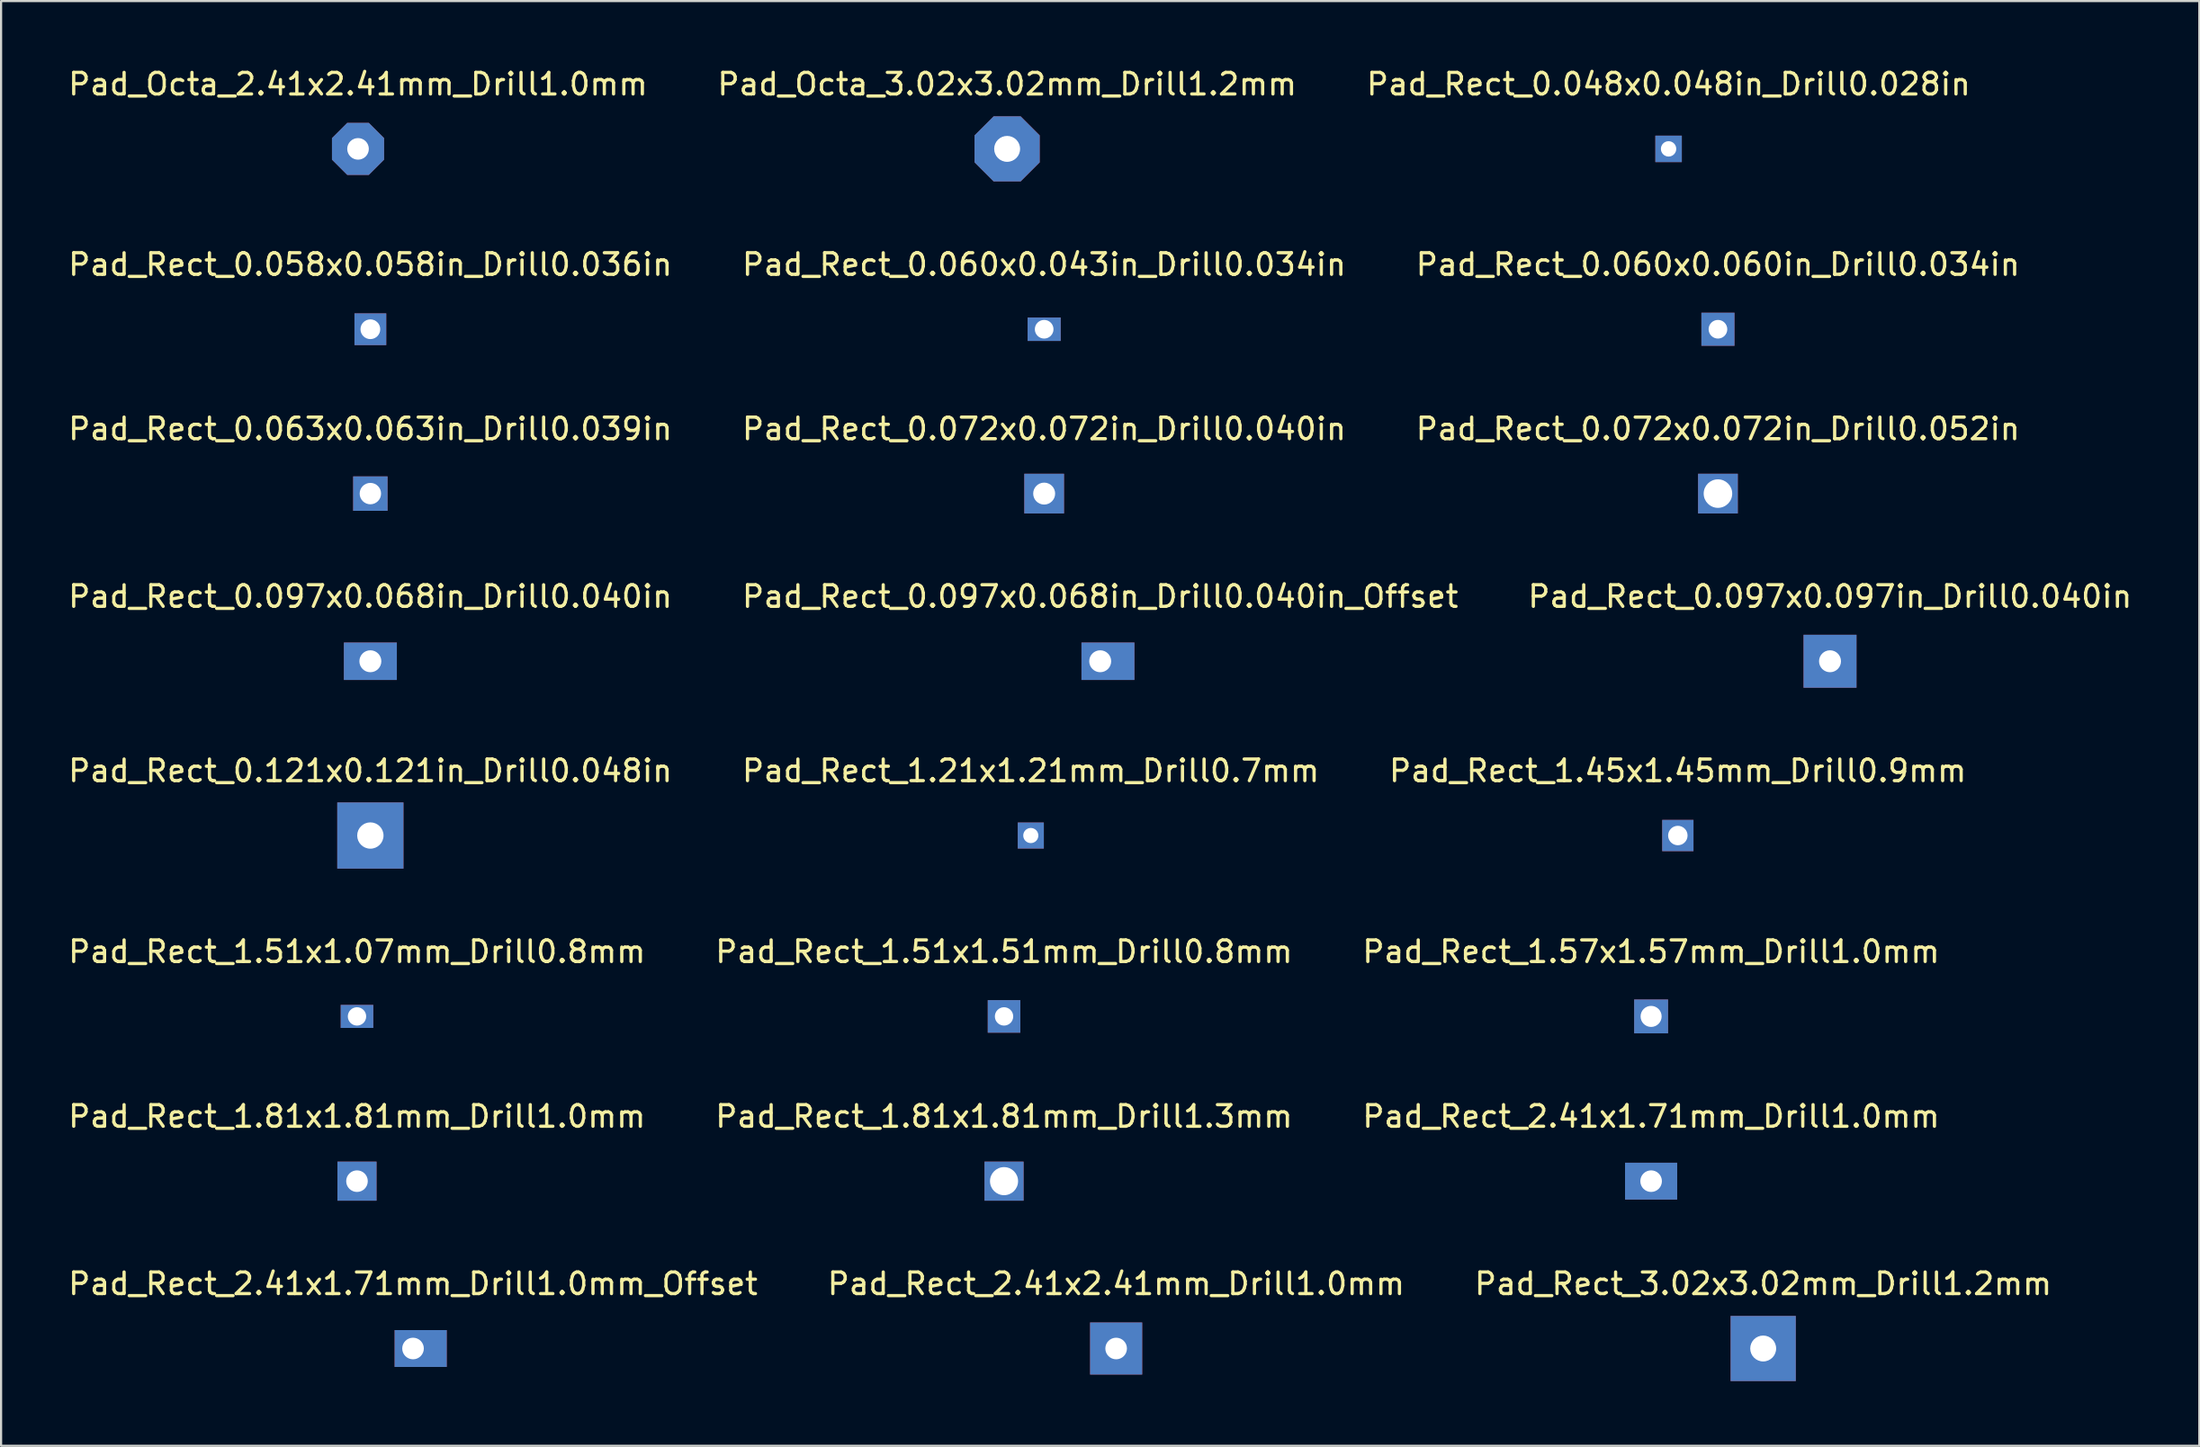
<source format=kicad_pcb>
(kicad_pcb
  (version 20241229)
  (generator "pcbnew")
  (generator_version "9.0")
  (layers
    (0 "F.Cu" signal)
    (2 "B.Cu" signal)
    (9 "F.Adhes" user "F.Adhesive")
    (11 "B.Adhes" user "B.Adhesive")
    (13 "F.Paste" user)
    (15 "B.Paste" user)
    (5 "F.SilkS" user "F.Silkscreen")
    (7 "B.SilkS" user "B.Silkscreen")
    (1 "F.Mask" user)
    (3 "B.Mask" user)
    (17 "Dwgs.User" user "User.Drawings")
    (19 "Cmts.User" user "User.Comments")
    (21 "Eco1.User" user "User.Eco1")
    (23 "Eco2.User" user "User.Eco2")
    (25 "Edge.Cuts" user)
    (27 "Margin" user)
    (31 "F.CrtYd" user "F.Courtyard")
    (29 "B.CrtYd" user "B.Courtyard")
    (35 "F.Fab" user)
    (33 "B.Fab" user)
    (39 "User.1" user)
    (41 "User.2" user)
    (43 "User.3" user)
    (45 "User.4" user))
  (footprint "Pad_Rect_1.57x1.57mm_Drill1.0mm"
    (layer "F.Cu")
    (at 73.411 44.044)
    (property "Reference" "Pad_Rect_1.57x1.57mm_Drill1.0mm" (at 0 -3 0) (layer "F.SilkS") (effects (font (size 1 1) (thickness 0.15))))
    (attr exclude_from_pos_files exclude_from_bom)
    (pad "1" thru_hole rect (at 0 0) (size 1.569 1.569) (drill 0.975) (layers "*.Cu" "*.Mask")))
  (footprint "Pad_Rect_0.060x0.060in_Drill0.034in"
    (layer "F.Cu")
    (at 76.506 12.205)
    (property "Reference" "Pad_Rect_0.060x0.060in_Drill0.034in" (at 0 -3 0) (layer "F.SilkS") (effects (font (size 1 1) (thickness 0.15))))
    (attr exclude_from_pos_files exclude_from_bom)
    (pad "1" thru_hole rect (at 0 0) (size 1.533 1.533) (drill 0.864) (layers "*.Cu" "*.Mask")))
  (footprint "Pad_Rect_1.51x1.07mm_Drill0.8mm"
    (layer "F.Cu")
    (at 13.482 44.044)
    (property "Reference" "Pad_Rect_1.51x1.07mm_Drill0.8mm" (at 0 -3 0) (layer "F.SilkS") (effects (font (size 1 1) (thickness 0.15))))
    (attr exclude_from_pos_files exclude_from_bom)
    (pad "1" connect circle (at -0.221 0) (size 0.85 0.85) (layers "F.Cu"))
    (pad "1" connect circle (at -0.221 0) (size 0.85 0.85) (layers "B.Cu"))
    (pad "1" thru_hole rect (at 0 0) (size 1.509 1.067) (drill 0.85) (layers "*.Cu" "*.Mask"))
    (pad "1" connect circle (at 0.221 0) (size 0.85 0.85) (layers "F.Cu"))
    (pad "1" connect circle (at 0.221 0) (size 0.85 0.85) (layers "B.Cu")))
  (footprint "Pad_Rect_0.072x0.072in_Drill0.052in"
    (layer "F.Cu")
    (at 76.506 19.82)
    (property "Reference" "Pad_Rect_0.072x0.072in_Drill0.052in" (at 0 -3 0) (layer "F.SilkS") (effects (font (size 1 1) (thickness 0.15))))
    (attr exclude_from_pos_files exclude_from_bom)
    (pad "1" thru_hole rect (at 0 0) (size 1.84 1.84) (drill 1.321) (layers "*.Cu" "*.Mask")))
  (footprint "Pad_Rect_3.02x3.02mm_Drill1.2mm"
    (layer "F.Cu")
    (at 78.601 59.431)
    (property "Reference" "Pad_Rect_3.02x3.02mm_Drill1.2mm" (at 0 -3 0) (layer "F.SilkS") (effects (font (size 1 1) (thickness 0.15))))
    (attr exclude_from_pos_files exclude_from_bom)
    (pad "1" thru_hole rect (at 0 0) (size 3.018 3.018) (drill 1.2) (layers "*.Cu" "*.Mask")))
  (footprint "Pad_Rect_0.048x0.048in_Drill0.028in"
    (layer "F.Cu")
    (at 74.22 3.848)
    (property "Reference" "Pad_Rect_0.048x0.048in_Drill0.028in" (at 0 -3 0) (layer "F.SilkS") (effects (font (size 1 1) (thickness 0.15))))
    (attr exclude_from_pos_files exclude_from_bom)
    (pad "1" thru_hole rect (at 0 0) (size 1.226 1.226) (drill 0.711) (layers "*.Cu" "*.Mask")))
  (footprint "Pad_Octa_3.02x3.02mm_Drill1.2mm"
    (layer "F.Cu")
    (at 43.589 3.848)
    (property "Reference" "Pad_Octa_3.02x3.02mm_Drill1.2mm" (at 0 -3 0) (layer "F.SilkS") (effects (font (size 1 1) (thickness 0.15))))
    (attr exclude_from_pos_files exclude_from_bom)
    (pad "1" thru_hole custom (at 0 0) (size 3.018 3.018) (drill 1.2) (layers "*.Cu" "*.Mask") (options (anchor circle)) (primitives (gr_poly (pts (xy 1.509 0.625) (xy 0.625 1.509) (xy -0.625 1.509) (xy -1.509 0.625) (xy -1.509 -0.625) (xy -0.625 -1.509) (xy 0.625 -1.509) (xy 1.509 -0.625)) (width 0) (fill yes)))))
  (footprint "Pad_Rect_0.060x0.043in_Drill0.034in"
    (layer "F.Cu")
    (at 45.304 12.205)
    (property "Reference" "Pad_Rect_0.060x0.043in_Drill0.034in" (at 0 -3 0) (layer "F.SilkS") (effects (font (size 1 1) (thickness 0.15))))
    (attr exclude_from_pos_files exclude_from_bom)
    (pad "1" connect circle (at -0.225 0) (size 0.864 0.864) (layers "F.Cu"))
    (pad "1" connect circle (at -0.225 0) (size 0.864 0.864) (layers "B.Cu"))
    (pad "1" thru_hole rect (at 0 0) (size 1.533 1.084) (drill 0.864) (layers "*.Cu" "*.Mask"))
    (pad "1" connect circle (at 0.225 0) (size 0.864 0.864) (layers "F.Cu"))
    (pad "1" connect circle (at 0.225 0) (size 0.864 0.864) (layers "B.Cu")))
  (footprint "Pad_Rect_1.21x1.21mm_Drill0.7mm"
    (layer "F.Cu")
    (at 44.685 35.663)
    (property "Reference" "Pad_Rect_1.21x1.21mm_Drill0.7mm" (at 0 -3 0) (layer "F.SilkS") (effects (font (size 1 1) (thickness 0.15))))
    (attr exclude_from_pos_files exclude_from_bom)
    (pad "1" thru_hole rect (at 0 0) (size 1.207 1.207) (drill 0.7) (layers "*.Cu" "*.Mask")))
  (footprint "Pad_Rect_0.097x0.068in_Drill0.040in"
    (layer "F.Cu")
    (at 14.101 27.588)
    (property "Reference" "Pad_Rect_0.097x0.068in_Drill0.040in" (at 0 -3 0) (layer "F.SilkS") (effects (font (size 1 1) (thickness 0.15))))
    (attr exclude_from_pos_files exclude_from_bom)
    (pad "1" connect circle (at -0.359 0) (size 1.016 1.016) (layers "F.Cu"))
    (pad "1" connect circle (at -0.359 0) (size 1.016 1.016) (layers "B.Cu"))
    (pad "1" thru_hole rect (at 0 0) (size 2.453 1.734) (drill 1.016) (layers "*.Cu" "*.Mask"))
    (pad "1" connect circle (at 0.359 0) (size 1.016 1.016) (layers "F.Cu"))
    (pad "1" connect circle (at 0.359 0) (size 1.016 1.016) (layers "B.Cu")))
  (footprint "Pad_Rect_0.097x0.097in_Drill0.040in"
    (layer "F.Cu")
    (at 81.696 27.588)
    (property "Reference" "Pad_Rect_0.097x0.097in_Drill0.040in" (at 0 -3 0) (layer "F.SilkS") (effects (font (size 1 1) (thickness 0.15))))
    (attr exclude_from_pos_files exclude_from_bom)
    (pad "1" thru_hole rect (at 0 0) (size 2.453 2.453) (drill 1.016) (layers "*.Cu" "*.Mask")))
  (footprint "Pad_Rect_0.121x0.121in_Drill0.048in"
    (layer "F.Cu")
    (at 14.101 35.663)
    (property "Reference" "Pad_Rect_0.121x0.121in_Drill0.048in" (at 0 -3 0) (layer "F.SilkS") (effects (font (size 1 1) (thickness 0.15))))
    (attr exclude_from_pos_files exclude_from_bom)
    (pad "1" thru_hole rect (at 0 0) (size 3.066 3.066) (drill 1.219) (layers "*.Cu" "*.Mask")))
  (footprint "Pad_Rect_1.81x1.81mm_Drill1.0mm"
    (layer "F.Cu")
    (at 13.482 51.677)
    (property "Reference" "Pad_Rect_1.81x1.81mm_Drill1.0mm" (at 0 -3 0) (layer "F.SilkS") (effects (font (size 1 1) (thickness 0.15))))
    (attr exclude_from_pos_files exclude_from_bom)
    (pad "1" thru_hole rect (at 0 0) (size 1.811 1.811) (drill 1) (layers "*.Cu" "*.Mask")))
  (footprint "Pad_Rect_0.097x0.068in_Drill0.040in_Offset"
    (layer "F.Cu")
    (at 47.899 27.588)
    (property "Reference" "Pad_Rect_0.097x0.068in_Drill0.040in_Offset" (at 0 -3 0) (layer "F.SilkS") (effects (font (size 1 1) (thickness 0.15))))
    (attr exclude_from_pos_files exclude_from_bom)
    (pad "1" thru_hole rect (at 0 0) (size 2.453 1.734) (drill 1.016 (offset 0.359 0)) (layers "*.Cu" "*.Mask"))
    (pad "1" connect circle (at 0.359 0) (size 1.016 1.016) (layers "F.Cu"))
    (pad "1" connect circle (at 0.359 0) (size 1.016 1.016) (layers "B.Cu"))
    (pad "1" connect circle (at 0.718 0) (size 1.016 1.016) (layers "F.Cu"))
    (pad "1" connect circle (at 0.718 0) (size 1.016 1.016) (layers "B.Cu")))
  (footprint "Pad_Rect_0.072x0.072in_Drill0.040in"
    (layer "F.Cu")
    (at 45.304 19.82)
    (property "Reference" "Pad_Rect_0.072x0.072in_Drill0.040in" (at 0 -3 0) (layer "F.SilkS") (effects (font (size 1 1) (thickness 0.15))))
    (attr exclude_from_pos_files exclude_from_bom)
    (pad "1" thru_hole rect (at 0 0) (size 1.84 1.84) (drill 1.016) (layers "*.Cu" "*.Mask")))
  (footprint "Pad_Rect_0.063x0.063in_Drill0.039in"
    (layer "F.Cu")
    (at 14.101 19.82)
    (property "Reference" "Pad_Rect_0.063x0.063in_Drill0.039in" (at 0 -3 0) (layer "F.SilkS") (effects (font (size 1 1) (thickness 0.15))))
    (attr exclude_from_pos_files exclude_from_bom)
    (pad "1" thru_hole rect (at 0 0) (size 1.594 1.594) (drill 0.991) (layers "*.Cu" "*.Mask")))
  (footprint "Pad_Rect_2.41x1.71mm_Drill1.0mm_Offset"
    (layer "F.Cu")
    (at 16.077 59.431)
    (property "Reference" "Pad_Rect_2.41x1.71mm_Drill1.0mm_Offset" (at 0 -3 0) (layer "F.SilkS") (effects (font (size 1 1) (thickness 0.15))))
    (attr exclude_from_pos_files exclude_from_bom)
    (pad "1" thru_hole rect (at 0 0) (size 2.414 1.707) (drill 1 (offset 0.354 0)) (layers "*.Cu" "*.Mask"))
    (pad "1" connect circle (at 0.354 0) (size 1 1) (layers "F.Cu"))
    (pad "1" connect circle (at 0.354 0) (size 1 1) (layers "B.Cu"))
    (pad "1" connect circle (at 0.707 0) (size 1 1) (layers "F.Cu"))
    (pad "1" connect circle (at 0.707 0) (size 1 1) (layers "B.Cu")))
  (footprint "Pad_Rect_2.41x1.71mm_Drill1.0mm"
    (layer "F.Cu")
    (at 73.411 51.677)
    (property "Reference" "Pad_Rect_2.41x1.71mm_Drill1.0mm" (at 0 -3 0) (layer "F.SilkS") (effects (font (size 1 1) (thickness 0.15))))
    (attr exclude_from_pos_files exclude_from_bom)
    (pad "1" connect circle (at -0.354 0) (size 1 1) (layers "F.Cu"))
    (pad "1" connect circle (at -0.354 0) (size 1 1) (layers "B.Cu"))
    (pad "1" thru_hole rect (at 0 0) (size 2.414 1.707) (drill 1) (layers "*.Cu" "*.Mask"))
    (pad "1" connect circle (at 0.354 0) (size 1 1) (layers "F.Cu"))
    (pad "1" connect circle (at 0.354 0) (size 1 1) (layers "B.Cu")))
  (footprint "Pad_Rect_1.51x1.51mm_Drill0.8mm"
    (layer "F.Cu")
    (at 43.446 44.044)
    (property "Reference" "Pad_Rect_1.51x1.51mm_Drill0.8mm" (at 0 -3 0) (layer "F.SilkS") (effects (font (size 1 1) (thickness 0.15))))
    (attr exclude_from_pos_files exclude_from_bom)
    (pad "1" thru_hole rect (at 0 0) (size 1.509 1.509) (drill 0.85) (layers "*.Cu" "*.Mask")))
  (footprint "Pad_Rect_0.058x0.058in_Drill0.036in"
    (layer "F.Cu")
    (at 14.101 12.205)
    (property "Reference" "Pad_Rect_0.058x0.058in_Drill0.036in" (at 0 -3 0) (layer "F.SilkS") (effects (font (size 1 1) (thickness 0.15))))
    (attr exclude_from_pos_files exclude_from_bom)
    (pad "1" thru_hole rect (at 0 0) (size 1.472 1.472) (drill 0.914) (layers "*.Cu" "*.Mask")))
  (footprint "Pad_Rect_1.45x1.45mm_Drill0.9mm"
    (layer "F.Cu")
    (at 74.649 35.663)
    (property "Reference" "Pad_Rect_1.45x1.45mm_Drill0.9mm" (at 0 -3 0) (layer "F.SilkS") (effects (font (size 1 1) (thickness 0.15))))
    (attr exclude_from_pos_files exclude_from_bom)
    (pad "1" thru_hole rect (at 0 0) (size 1.449 1.449) (drill 0.9) (layers "*.Cu" "*.Mask")))
  (footprint "Pad_Octa_2.41x2.41mm_Drill1.0mm"
    (layer "F.Cu")
    (at 13.53 3.848)
    (property "Reference" "Pad_Octa_2.41x2.41mm_Drill1.0mm" (at 0 -3 0) (layer "F.SilkS") (effects (font (size 1 1) (thickness 0.15))))
    (attr exclude_from_pos_files exclude_from_bom)
    (pad "1" thru_hole custom (at 0 0) (size 2.414 2.414) (drill 1) (layers "*.Cu" "*.Mask") (options (anchor circle)) (primitives (gr_poly (pts (xy 1.207 0.5) (xy 0.5 1.207) (xy -0.5 1.207) (xy -1.207 0.5) (xy -1.207 -0.5) (xy -0.5 -1.207) (xy 0.5 -1.207) (xy 1.207 -0.5)) (width 0) (fill yes)))))
  (footprint "Pad_Rect_2.41x2.41mm_Drill1.0mm"
    (layer "F.Cu")
    (at 48.637 59.431)
    (property "Reference" "Pad_Rect_2.41x2.41mm_Drill1.0mm" (at 0 -3 0) (layer "F.SilkS") (effects (font (size 1 1) (thickness 0.15))))
    (attr exclude_from_pos_files exclude_from_bom)
    (pad "1" thru_hole rect (at 0 0) (size 2.414 2.414) (drill 1) (layers "*.Cu" "*.Mask")))
  (footprint "Pad_Rect_1.81x1.81mm_Drill1.3mm"
    (layer "F.Cu")
    (at 43.446 51.677)
    (property "Reference" "Pad_Rect_1.81x1.81mm_Drill1.3mm" (at 0 -3 0) (layer "F.SilkS") (effects (font (size 1 1) (thickness 0.15))))
    (attr exclude_from_pos_files exclude_from_bom)
    (pad "1" thru_hole rect (at 0 0) (size 1.811 1.811) (drill 1.3) (layers "*.Cu" "*.Mask")))
  (gr_rect
    (start -3 -3)
    (end 98.798 63.939)
    (stroke (width 0.1) (type default))
    (fill no)
    (layer "Edge.Cuts")))
</source>
